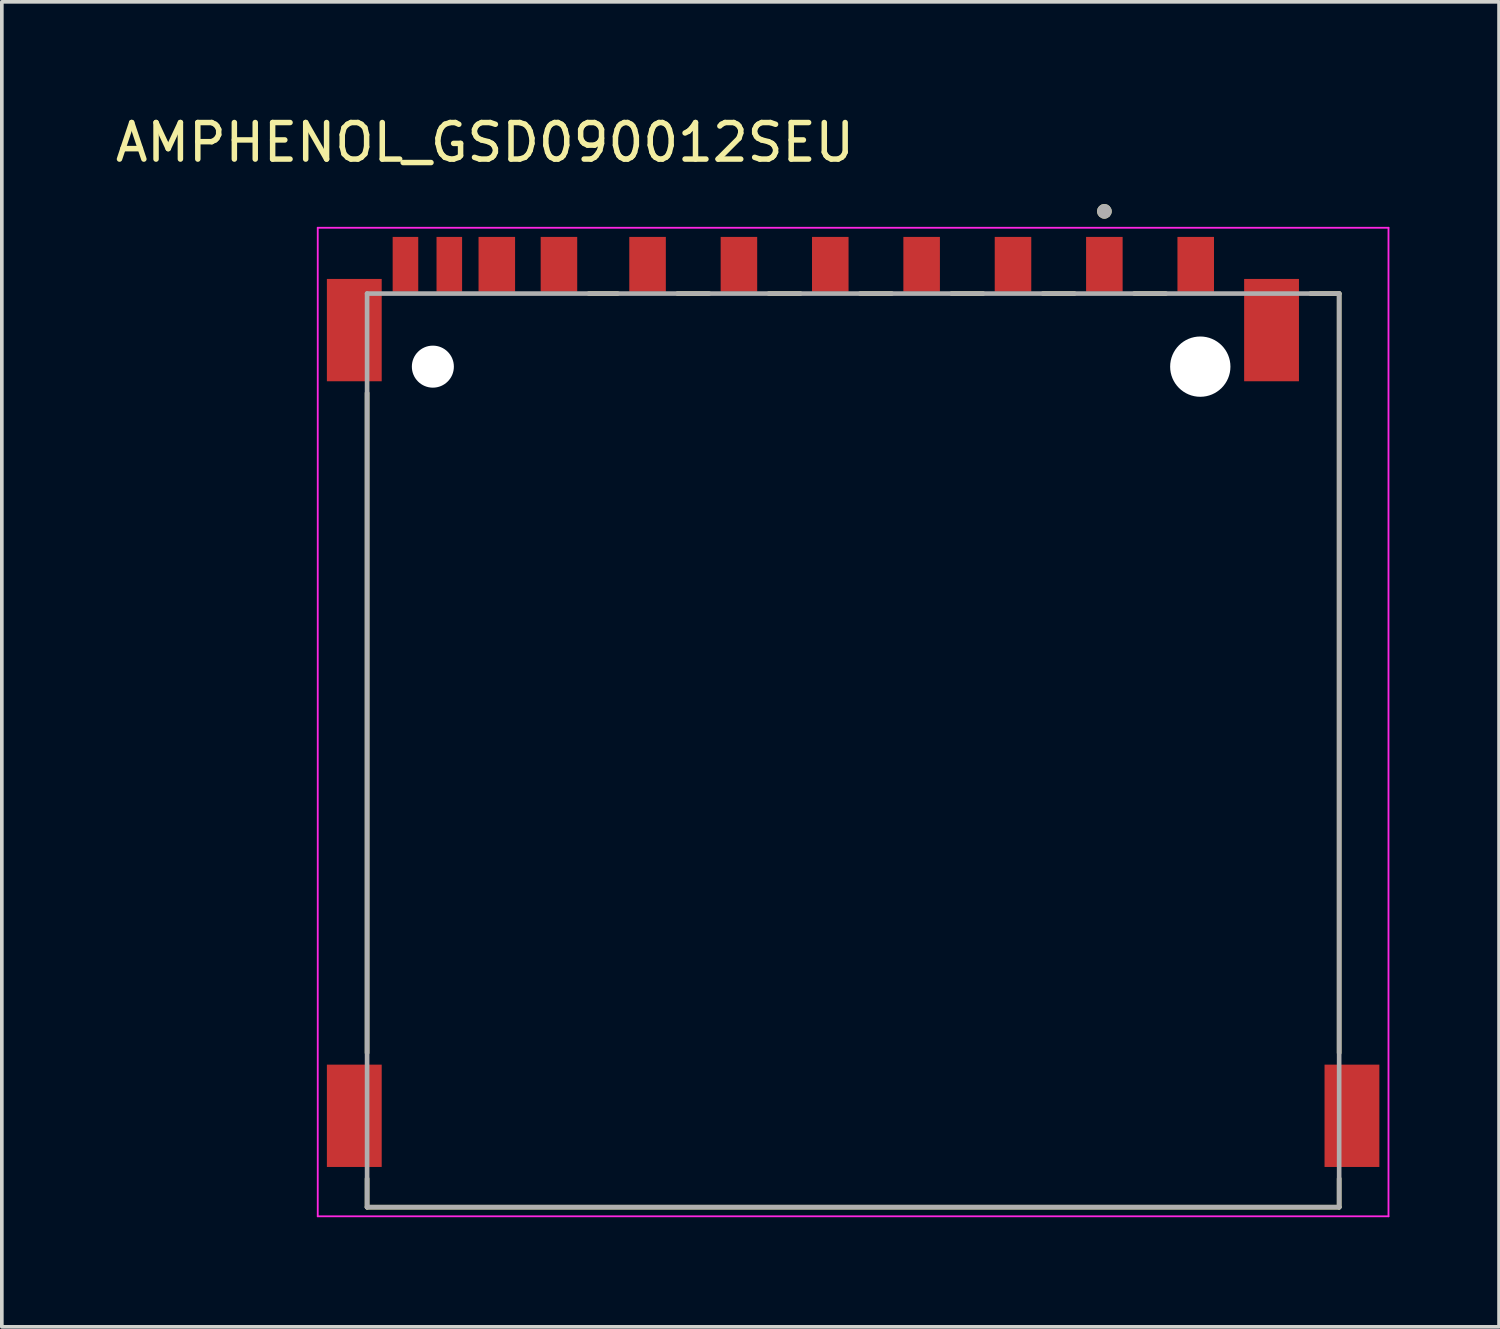
<source format=kicad_pcb>
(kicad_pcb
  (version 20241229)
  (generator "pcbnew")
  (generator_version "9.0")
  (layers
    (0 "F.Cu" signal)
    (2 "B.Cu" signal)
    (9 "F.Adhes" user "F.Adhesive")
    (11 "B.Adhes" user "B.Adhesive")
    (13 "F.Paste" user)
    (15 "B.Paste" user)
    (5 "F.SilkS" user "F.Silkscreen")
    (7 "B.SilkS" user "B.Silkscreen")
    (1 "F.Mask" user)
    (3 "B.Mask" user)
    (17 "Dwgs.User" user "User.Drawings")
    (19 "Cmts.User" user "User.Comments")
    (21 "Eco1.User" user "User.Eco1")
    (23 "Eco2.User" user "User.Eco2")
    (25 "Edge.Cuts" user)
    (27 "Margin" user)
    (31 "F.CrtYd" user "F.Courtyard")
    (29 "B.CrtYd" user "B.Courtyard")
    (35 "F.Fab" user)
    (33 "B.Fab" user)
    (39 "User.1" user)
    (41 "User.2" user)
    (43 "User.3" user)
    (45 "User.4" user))
  (footprint "AMPHENOL_GSD090012SEU"
    (layer "F.Cu")
    (at 20.295 17.483)
    (property "Reference" "AMPHENOL_GSD090012SEU" (at -10.075 -16.635 0) (layer "F.SilkS") (effects (font (size 1 1) (thickness 0.15))))
    (attr smd)
    (fp_line (start -13.3 -9.78) (end -13.3 8.28) (stroke (width 0.127) (type solid)) (layer "F.SilkS"))
    (fp_line (start -13.3 12.5) (end -13.3 11.72) (stroke (width 0.127) (type solid)) (layer "F.SilkS"))
    (fp_line (start -7.23 -12.5) (end -6.445 -12.5) (stroke (width 0.127) (type solid)) (layer "F.SilkS"))
    (fp_line (start -4.805 -12.5) (end -3.945 -12.5) (stroke (width 0.127) (type solid)) (layer "F.SilkS"))
    (fp_line (start -2.305 -12.5) (end -1.445 -12.5) (stroke (width 0.127) (type solid)) (layer "F.SilkS"))
    (fp_line (start 0.195 -12.5) (end 1.055 -12.5) (stroke (width 0.127) (type solid)) (layer "F.SilkS"))
    (fp_line (start 2.695 -12.5) (end 3.555 -12.5) (stroke (width 0.127) (type solid)) (layer "F.SilkS"))
    (fp_line (start 5.195 -12.5) (end 6.055 -12.5) (stroke (width 0.127) (type solid)) (layer "F.SilkS"))
    (fp_line (start 7.695 -12.5) (end 8.555 -12.5) (stroke (width 0.127) (type solid)) (layer "F.SilkS"))
    (fp_line (start 12.52 -12.5) (end 13.3 -12.5) (stroke (width 0.127) (type solid)) (layer "F.SilkS"))
    (fp_line (start 13.3 -12.5) (end 13.3 8.28) (stroke (width 0.127) (type solid)) (layer "F.SilkS"))
    (fp_line (start 13.3 12.5) (end -13.3 12.5) (stroke (width 0.127) (type solid)) (layer "F.SilkS"))
    (fp_line (start 13.3 12.5) (end 13.3 11.72) (stroke (width 0.127) (type solid)) (layer "F.SilkS"))
    (fp_circle (center 6.875 -14.75) (end 6.975 -14.75) (stroke (width 0.2) (type solid)) (fill no) (layer "F.SilkS"))
    (fp_line (start -14.65 -14.3) (end -14.65 12.75) (stroke (width 0.05) (type solid)) (layer "F.CrtYd"))
    (fp_line (start -14.65 12.75) (end 14.65 12.75) (stroke (width 0.05) (type solid)) (layer "F.CrtYd"))
    (fp_line (start 14.65 -14.3) (end -14.65 -14.3) (stroke (width 0.05) (type solid)) (layer "F.CrtYd"))
    (fp_line (start 14.65 12.75) (end 14.65 -14.3) (stroke (width 0.05) (type solid)) (layer "F.CrtYd"))
    (fp_line (start -13.3 -12.5) (end 13.3 -12.5) (stroke (width 0.127) (type solid)) (layer "F.Fab"))
    (fp_line (start -13.3 12.5) (end -13.3 -12.5) (stroke (width 0.127) (type solid)) (layer "F.Fab"))
    (fp_line (start 13.3 -12.5) (end 13.3 12.5) (stroke (width 0.127) (type solid)) (layer "F.Fab"))
    (fp_line (start 13.3 12.5) (end -13.3 12.5) (stroke (width 0.127) (type solid)) (layer "F.Fab"))
    (fp_circle (center 6.875 -14.75) (end 6.975 -14.75) (stroke (width 0.2) (type solid)) (fill no) (layer "F.Fab"))
    (pad "" np_thru_hole circle (at -11.5 -10.5) (size 1.15 1.15) (drill 1.15) (layers "*.Cu" "*.Mask"))
    (pad "" np_thru_hole circle (at 9.5 -10.5) (size 1.65 1.65) (drill 1.65) (layers "*.Cu" "*.Mask"))
    (pad "1" smd rect (at 6.875 -13.3) (size 1 1.5) (layers "F.Cu" "F.Mask" "F.Paste"))
    (pad "2" smd rect (at 4.375 -13.3) (size 1 1.5) (layers "F.Cu" "F.Mask" "F.Paste"))
    (pad "3" smd rect (at 1.875 -13.3) (size 1 1.5) (layers "F.Cu" "F.Mask" "F.Paste"))
    (pad "4" smd rect (at -0.625 -13.3) (size 1 1.5) (layers "F.Cu" "F.Mask" "F.Paste"))
    (pad "5" smd rect (at -3.125 -13.3) (size 1 1.5) (layers "F.Cu" "F.Mask" "F.Paste"))
    (pad "6" smd rect (at -5.625 -13.3) (size 1 1.5) (layers "F.Cu" "F.Mask" "F.Paste"))
    (pad "7" smd rect (at -8.05 -13.3) (size 1 1.5) (layers "F.Cu" "F.Mask" "F.Paste"))
    (pad "8" smd rect (at -9.75 -13.3) (size 1 1.5) (layers "F.Cu" "F.Mask" "F.Paste"))
    (pad "9" smd rect (at 9.375 -13.3) (size 1 1.5) (layers "F.Cu" "F.Mask" "F.Paste"))
    (pad "CD_IND" smd rect (at -11.05 -13.3) (size 0.7 1.5) (layers "F.Cu" "F.Mask" "F.Paste"))
    (pad "G1" smd rect (at -13.65 -11.5) (size 1.5 2.8) (layers "F.Cu" "F.Mask" "F.Paste"))
    (pad "G2" smd rect (at 11.45 -11.5) (size 1.5 2.8) (layers "F.Cu" "F.Mask" "F.Paste"))
    (pad "G3" smd rect (at 13.65 10) (size 1.5 2.8) (layers "F.Cu" "F.Mask" "F.Paste"))
    (pad "G4" smd rect (at -13.65 10) (size 1.5 2.8) (layers "F.Cu" "F.Mask" "F.Paste"))
    (pad "WP" smd rect (at -12.25 -13.3) (size 0.7 1.5) (layers "F.Cu" "F.Mask" "F.Paste"))
    (zone (net_name "") (layer "F.Cu") (hatch full 0.508) (connect_pads) (min_thickness 0.01) (filled_areas_thickness no) (keepout (tracks not_allowed) (vias not_allowed) (pads not_allowed) (copperpour not_allowed) (footprints allowed)) (placement (enabled no)) (fill) (polygon (pts (xy 9.795 12.133) (xy 30.795 12.133) (xy 30.795 17.433) (xy 9.795 17.433))))
    (zone (net_name "") (layers "F.Cu" "B.Cu") (hatch full 0.508) (connect_pads) (min_thickness 0.01) (filled_areas_thickness no) (keepout (tracks allowed) (vias not_allowed) (pads allowed) (copperpour allowed) (footprints allowed)) (placement (enabled no)) (fill) (polygon (pts (xy 9.795 12.133) (xy 30.795 12.133) (xy 30.795 17.433) (xy 9.795 17.433)))))
  (gr_rect
    (start -3 -3)
    (end 37.97 33.258)
    (stroke (width 0.1) (type default))
    (fill no)
    (layer "Edge.Cuts")))
</source>
